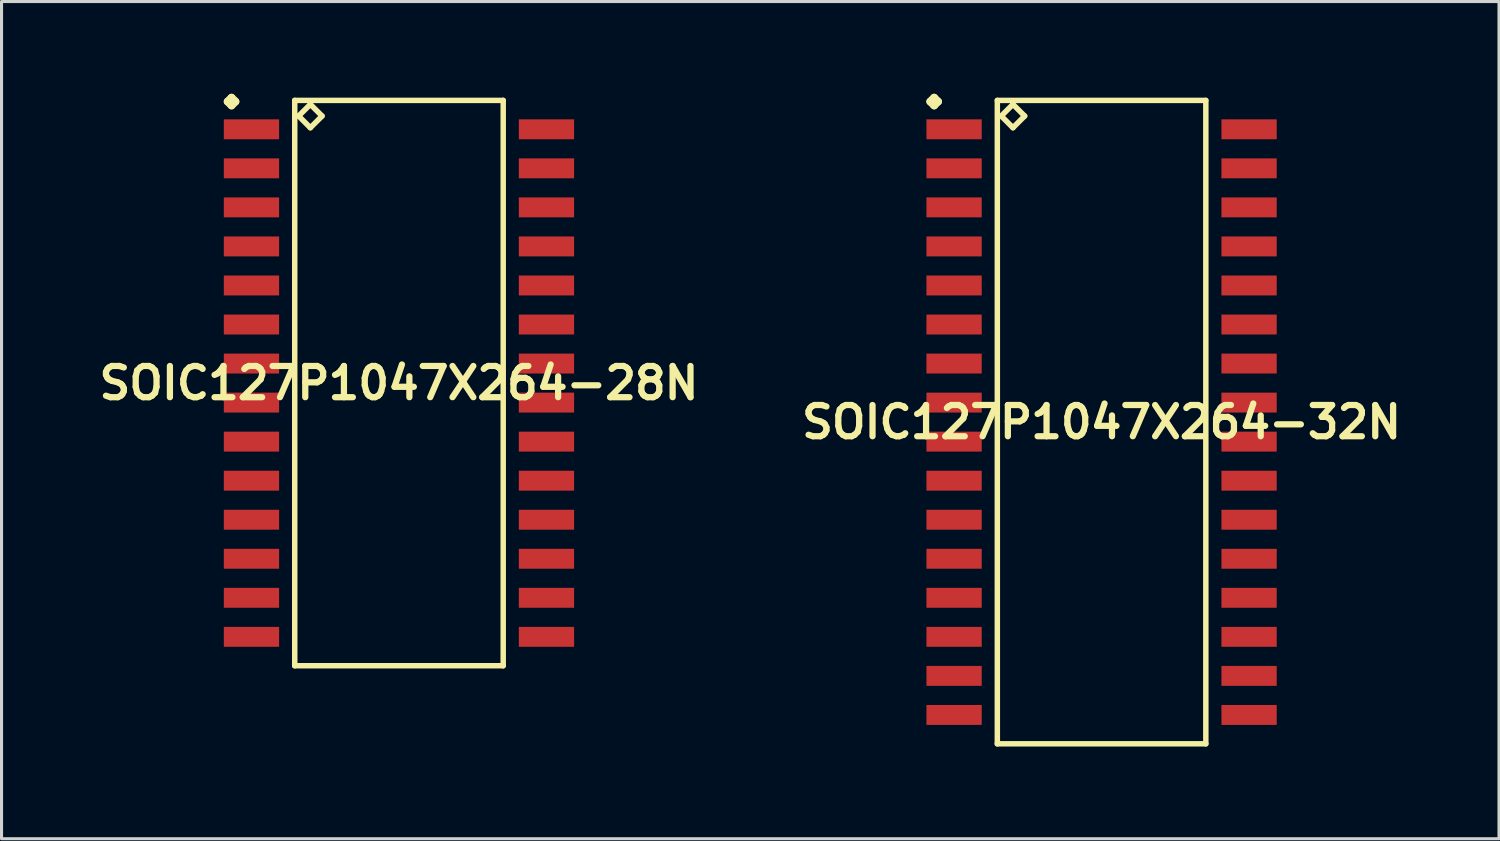
<source format=kicad_pcb>
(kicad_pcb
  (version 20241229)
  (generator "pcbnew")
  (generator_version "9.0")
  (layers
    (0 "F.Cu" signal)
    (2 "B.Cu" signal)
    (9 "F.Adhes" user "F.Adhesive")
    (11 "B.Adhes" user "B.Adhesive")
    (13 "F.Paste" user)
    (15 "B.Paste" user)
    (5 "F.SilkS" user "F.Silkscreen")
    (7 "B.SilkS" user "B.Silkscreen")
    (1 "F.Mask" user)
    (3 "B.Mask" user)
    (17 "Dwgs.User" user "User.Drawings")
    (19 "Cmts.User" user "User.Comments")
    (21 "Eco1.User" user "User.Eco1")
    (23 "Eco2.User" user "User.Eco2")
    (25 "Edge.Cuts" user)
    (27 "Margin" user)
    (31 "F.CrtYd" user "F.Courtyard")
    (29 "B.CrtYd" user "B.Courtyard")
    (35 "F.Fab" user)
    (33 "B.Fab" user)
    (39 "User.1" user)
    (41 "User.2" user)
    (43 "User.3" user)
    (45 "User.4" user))
  (footprint "SOIC127P1047X264-28N"
    (layer "F.Cu")
    (at 9.928 9.411)
    (property "Reference" "SOIC127P1047X264-28N" (at 0 0 0) (layer "F.SilkS") (effects (font (size 1.016 1.016) (thickness 0.203))))
    (attr smd)
    (fp_line (start -5.573 -9.157) (end -5.446 -9.284) (stroke (width 0.254) (type solid)) (layer "F.SilkS"))
    (fp_line (start -5.446 -9.284) (end -5.319 -9.157) (stroke (width 0.254) (type solid)) (layer "F.SilkS"))
    (fp_line (start -5.446 -9.03) (end -5.573 -9.157) (stroke (width 0.254) (type solid)) (layer "F.SilkS"))
    (fp_line (start -5.319 -9.157) (end -5.446 -9.03) (stroke (width 0.254) (type solid)) (layer "F.SilkS"))
    (fp_line (start -3.391 -9.195) (end -3.391 9.195) (stroke (width 0.178) (type solid)) (layer "F.SilkS"))
    (fp_line (start -3.391 9.195) (end 3.391 9.195) (stroke (width 0.178) (type solid)) (layer "F.SilkS"))
    (fp_line (start -3.264 -8.687) (end -2.883 -9.068) (stroke (width 0.178) (type solid)) (layer "F.SilkS"))
    (fp_line (start -2.883 -9.068) (end -2.502 -8.687) (stroke (width 0.178) (type solid)) (layer "F.SilkS"))
    (fp_line (start -2.883 -8.306) (end -3.264 -8.687) (stroke (width 0.178) (type solid)) (layer "F.SilkS"))
    (fp_line (start -2.502 -8.687) (end -2.883 -8.306) (stroke (width 0.178) (type solid)) (layer "F.SilkS"))
    (fp_line (start 3.391 -9.195) (end -3.391 -9.195) (stroke (width 0.178) (type solid)) (layer "F.SilkS"))
    (fp_line (start 3.391 9.195) (end 3.391 -9.195) (stroke (width 0.178) (type solid)) (layer "F.SilkS"))
    (pad "1" smd rect (at -4.798 -8.255) (size 1.798 0.648) (layers "F.Cu" "F.Mask" "F.Paste"))
    (pad "2" smd rect (at -4.798 -6.985) (size 1.798 0.648) (layers "F.Cu" "F.Mask" "F.Paste"))
    (pad "3" smd rect (at -4.798 -5.715) (size 1.798 0.648) (layers "F.Cu" "F.Mask" "F.Paste"))
    (pad "4" smd rect (at -4.798 -4.445) (size 1.798 0.648) (layers "F.Cu" "F.Mask" "F.Paste"))
    (pad "5" smd rect (at -4.798 -3.175) (size 1.798 0.648) (layers "F.Cu" "F.Mask" "F.Paste"))
    (pad "6" smd rect (at -4.798 -1.905) (size 1.798 0.648) (layers "F.Cu" "F.Mask" "F.Paste"))
    (pad "7" smd rect (at -4.798 -0.635) (size 1.798 0.648) (layers "F.Cu" "F.Mask" "F.Paste"))
    (pad "8" smd rect (at -4.798 0.635) (size 1.798 0.648) (layers "F.Cu" "F.Mask" "F.Paste"))
    (pad "9" smd rect (at -4.798 1.905) (size 1.798 0.648) (layers "F.Cu" "F.Mask" "F.Paste"))
    (pad "10" smd rect (at -4.798 3.175) (size 1.798 0.648) (layers "F.Cu" "F.Mask" "F.Paste"))
    (pad "11" smd rect (at -4.798 4.445) (size 1.798 0.648) (layers "F.Cu" "F.Mask" "F.Paste"))
    (pad "12" smd rect (at -4.798 5.715) (size 1.798 0.648) (layers "F.Cu" "F.Mask" "F.Paste"))
    (pad "13" smd rect (at -4.798 6.985) (size 1.798 0.648) (layers "F.Cu" "F.Mask" "F.Paste"))
    (pad "14" smd rect (at -4.798 8.255) (size 1.798 0.648) (layers "F.Cu" "F.Mask" "F.Paste"))
    (pad "15" smd rect (at 4.798 8.255) (size 1.798 0.648) (layers "F.Cu" "F.Mask" "F.Paste"))
    (pad "16" smd rect (at 4.798 6.985) (size 1.798 0.648) (layers "F.Cu" "F.Mask" "F.Paste"))
    (pad "17" smd rect (at 4.798 5.715) (size 1.798 0.648) (layers "F.Cu" "F.Mask" "F.Paste"))
    (pad "18" smd rect (at 4.798 4.445) (size 1.798 0.648) (layers "F.Cu" "F.Mask" "F.Paste"))
    (pad "19" smd rect (at 4.798 3.175) (size 1.798 0.648) (layers "F.Cu" "F.Mask" "F.Paste"))
    (pad "20" smd rect (at 4.798 1.905) (size 1.798 0.648) (layers "F.Cu" "F.Mask" "F.Paste"))
    (pad "21" smd rect (at 4.798 0.635) (size 1.798 0.648) (layers "F.Cu" "F.Mask" "F.Paste"))
    (pad "22" smd rect (at 4.798 -0.635) (size 1.798 0.648) (layers "F.Cu" "F.Mask" "F.Paste"))
    (pad "23" smd rect (at 4.798 -1.905) (size 1.798 0.648) (layers "F.Cu" "F.Mask" "F.Paste"))
    (pad "24" smd rect (at 4.798 -3.175) (size 1.798 0.648) (layers "F.Cu" "F.Mask" "F.Paste"))
    (pad "25" smd rect (at 4.798 -4.445) (size 1.798 0.648) (layers "F.Cu" "F.Mask" "F.Paste"))
    (pad "26" smd rect (at 4.798 -5.715) (size 1.798 0.648) (layers "F.Cu" "F.Mask" "F.Paste"))
    (pad "27" smd rect (at 4.798 -6.985) (size 1.798 0.648) (layers "F.Cu" "F.Mask" "F.Paste"))
    (pad "28" smd rect (at 4.798 -8.255) (size 1.798 0.648) (layers "F.Cu" "F.Mask" "F.Paste")))
  (footprint "SOIC127P1047X264-32N"
    (layer "F.Cu")
    (at 32.783 10.681)
    (property "Reference" "SOIC127P1047X264-32N" (at 0 0 0) (layer "F.SilkS") (effects (font (size 1.016 1.016) (thickness 0.203))))
    (attr smd)
    (fp_line (start -5.573 -10.427) (end -5.446 -10.554) (stroke (width 0.254) (type solid)) (layer "F.SilkS"))
    (fp_line (start -5.446 -10.554) (end -5.319 -10.427) (stroke (width 0.254) (type solid)) (layer "F.SilkS"))
    (fp_line (start -5.446 -10.3) (end -5.573 -10.427) (stroke (width 0.254) (type solid)) (layer "F.SilkS"))
    (fp_line (start -5.319 -10.427) (end -5.446 -10.3) (stroke (width 0.254) (type solid)) (layer "F.SilkS"))
    (fp_line (start -3.391 -10.465) (end -3.391 10.465) (stroke (width 0.178) (type solid)) (layer "F.SilkS"))
    (fp_line (start -3.391 10.465) (end 3.391 10.465) (stroke (width 0.178) (type solid)) (layer "F.SilkS"))
    (fp_line (start -3.264 -9.957) (end -2.883 -10.338) (stroke (width 0.178) (type solid)) (layer "F.SilkS"))
    (fp_line (start -2.883 -10.338) (end -2.502 -9.957) (stroke (width 0.178) (type solid)) (layer "F.SilkS"))
    (fp_line (start -2.883 -9.576) (end -3.264 -9.957) (stroke (width 0.178) (type solid)) (layer "F.SilkS"))
    (fp_line (start -2.502 -9.957) (end -2.883 -9.576) (stroke (width 0.178) (type solid)) (layer "F.SilkS"))
    (fp_line (start 3.391 -10.465) (end -3.391 -10.465) (stroke (width 0.178) (type solid)) (layer "F.SilkS"))
    (fp_line (start 3.391 10.465) (end 3.391 -10.465) (stroke (width 0.178) (type solid)) (layer "F.SilkS"))
    (pad "1" smd rect (at -4.798 -9.525) (size 1.798 0.648) (layers "F.Cu" "F.Mask" "F.Paste"))
    (pad "2" smd rect (at -4.798 -8.255) (size 1.798 0.648) (layers "F.Cu" "F.Mask" "F.Paste"))
    (pad "3" smd rect (at -4.798 -6.985) (size 1.798 0.648) (layers "F.Cu" "F.Mask" "F.Paste"))
    (pad "4" smd rect (at -4.798 -5.715) (size 1.798 0.648) (layers "F.Cu" "F.Mask" "F.Paste"))
    (pad "5" smd rect (at -4.798 -4.445) (size 1.798 0.648) (layers "F.Cu" "F.Mask" "F.Paste"))
    (pad "6" smd rect (at -4.798 -3.175) (size 1.798 0.648) (layers "F.Cu" "F.Mask" "F.Paste"))
    (pad "7" smd rect (at -4.798 -1.905) (size 1.798 0.648) (layers "F.Cu" "F.Mask" "F.Paste"))
    (pad "8" smd rect (at -4.798 -0.635) (size 1.798 0.648) (layers "F.Cu" "F.Mask" "F.Paste"))
    (pad "9" smd rect (at -4.798 0.635) (size 1.798 0.648) (layers "F.Cu" "F.Mask" "F.Paste"))
    (pad "10" smd rect (at -4.798 1.905) (size 1.798 0.648) (layers "F.Cu" "F.Mask" "F.Paste"))
    (pad "11" smd rect (at -4.798 3.175) (size 1.798 0.648) (layers "F.Cu" "F.Mask" "F.Paste"))
    (pad "12" smd rect (at -4.798 4.445) (size 1.798 0.648) (layers "F.Cu" "F.Mask" "F.Paste"))
    (pad "13" smd rect (at -4.798 5.715) (size 1.798 0.648) (layers "F.Cu" "F.Mask" "F.Paste"))
    (pad "14" smd rect (at -4.798 6.985) (size 1.798 0.648) (layers "F.Cu" "F.Mask" "F.Paste"))
    (pad "15" smd rect (at -4.798 8.255) (size 1.798 0.648) (layers "F.Cu" "F.Mask" "F.Paste"))
    (pad "16" smd rect (at -4.798 9.525) (size 1.798 0.648) (layers "F.Cu" "F.Mask" "F.Paste"))
    (pad "17" smd rect (at 4.798 9.525) (size 1.798 0.648) (layers "F.Cu" "F.Mask" "F.Paste"))
    (pad "18" smd rect (at 4.798 8.255) (size 1.798 0.648) (layers "F.Cu" "F.Mask" "F.Paste"))
    (pad "19" smd rect (at 4.798 6.985) (size 1.798 0.648) (layers "F.Cu" "F.Mask" "F.Paste"))
    (pad "20" smd rect (at 4.798 5.715) (size 1.798 0.648) (layers "F.Cu" "F.Mask" "F.Paste"))
    (pad "21" smd rect (at 4.798 4.445) (size 1.798 0.648) (layers "F.Cu" "F.Mask" "F.Paste"))
    (pad "22" smd rect (at 4.798 3.175) (size 1.798 0.648) (layers "F.Cu" "F.Mask" "F.Paste"))
    (pad "23" smd rect (at 4.798 1.905) (size 1.798 0.648) (layers "F.Cu" "F.Mask" "F.Paste"))
    (pad "24" smd rect (at 4.798 0.635) (size 1.798 0.648) (layers "F.Cu" "F.Mask" "F.Paste"))
    (pad "25" smd rect (at 4.798 -0.635) (size 1.798 0.648) (layers "F.Cu" "F.Mask" "F.Paste"))
    (pad "26" smd rect (at 4.798 -1.905) (size 1.798 0.648) (layers "F.Cu" "F.Mask" "F.Paste"))
    (pad "27" smd rect (at 4.798 -3.175) (size 1.798 0.648) (layers "F.Cu" "F.Mask" "F.Paste"))
    (pad "28" smd rect (at 4.798 -4.445) (size 1.798 0.648) (layers "F.Cu" "F.Mask" "F.Paste"))
    (pad "29" smd rect (at 4.798 -5.715) (size 1.798 0.648) (layers "F.Cu" "F.Mask" "F.Paste"))
    (pad "30" smd rect (at 4.798 -6.985) (size 1.798 0.648) (layers "F.Cu" "F.Mask" "F.Paste"))
    (pad "31" smd rect (at 4.798 -8.255) (size 1.798 0.648) (layers "F.Cu" "F.Mask" "F.Paste"))
    (pad "32" smd rect (at 4.798 -9.525) (size 1.798 0.648) (layers "F.Cu" "F.Mask" "F.Paste")))
  (gr_rect
    (start -3 -3)
    (end 45.711 24.234)
    (stroke (width 0.1) (type default))
    (fill no)
    (layer "Edge.Cuts")))
</source>
